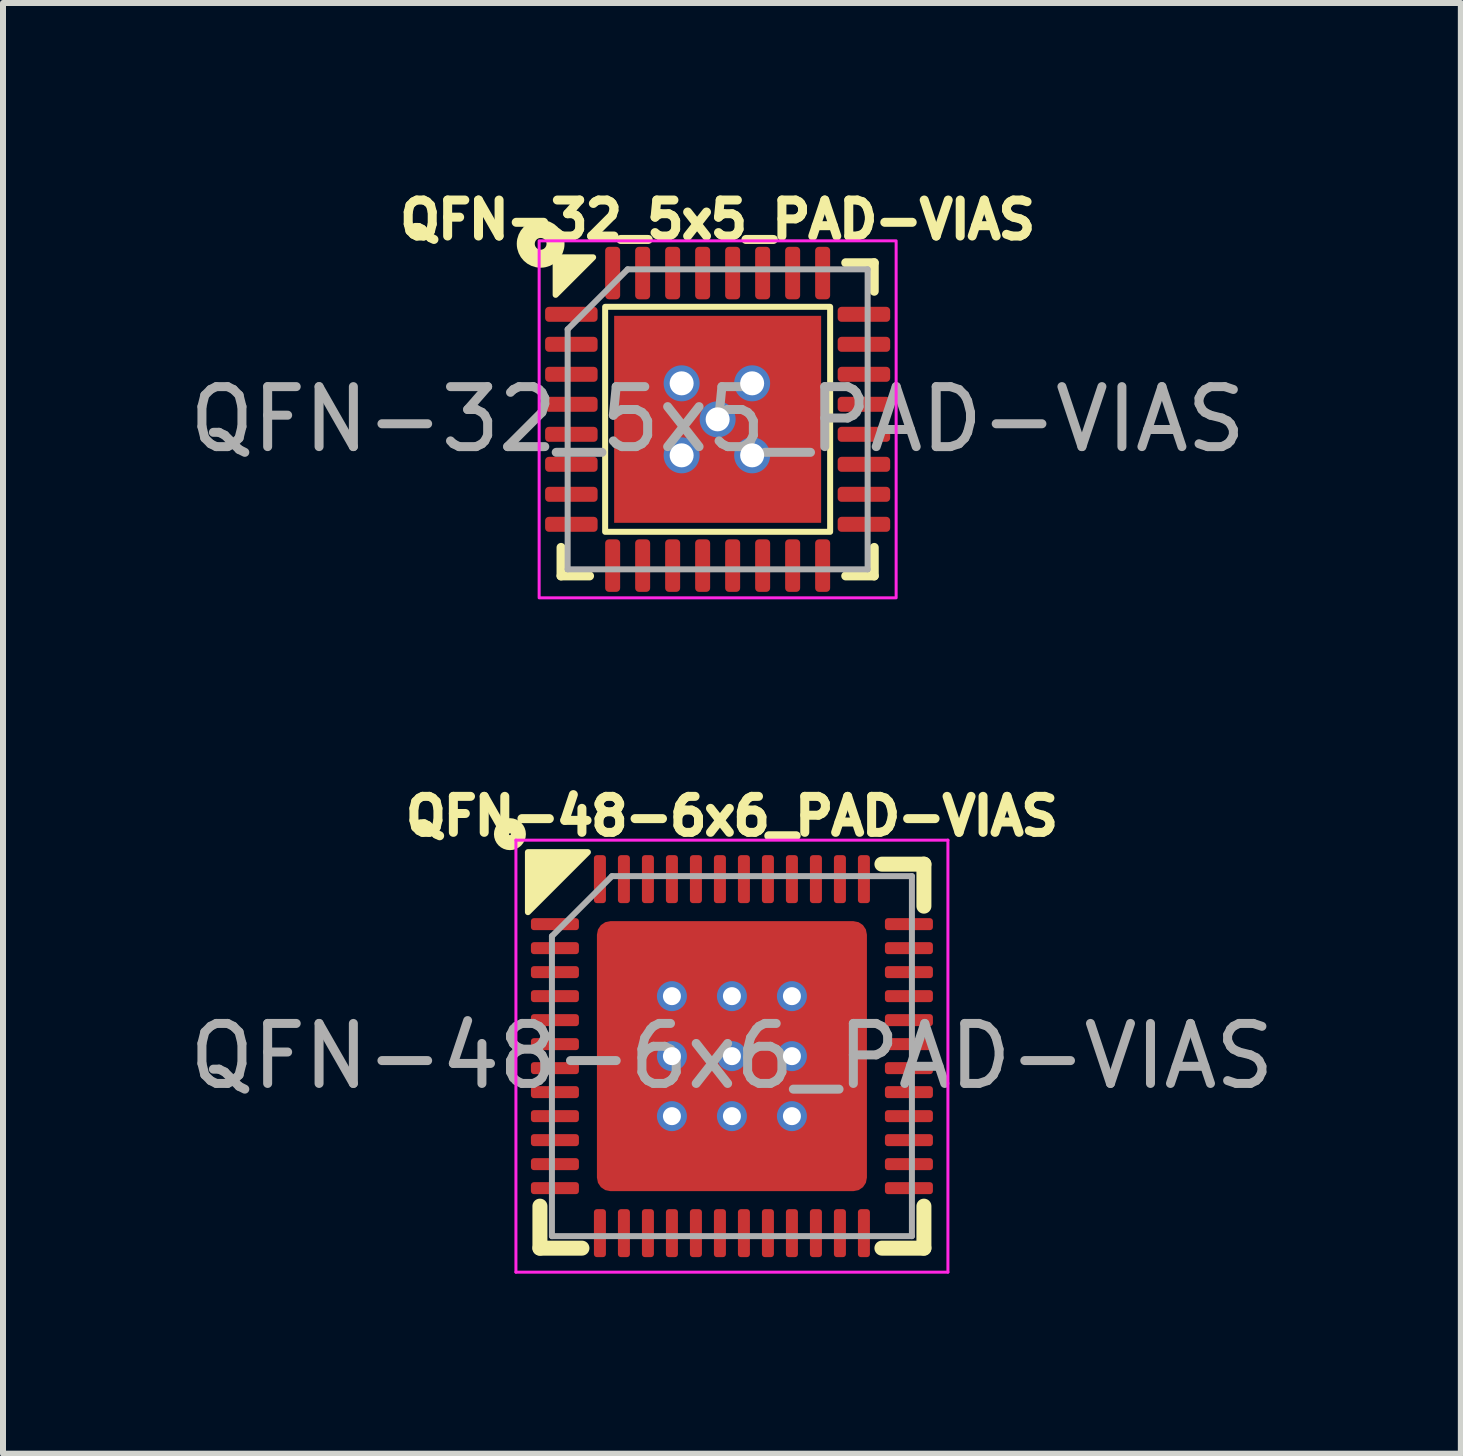
<source format=kicad_pcb>
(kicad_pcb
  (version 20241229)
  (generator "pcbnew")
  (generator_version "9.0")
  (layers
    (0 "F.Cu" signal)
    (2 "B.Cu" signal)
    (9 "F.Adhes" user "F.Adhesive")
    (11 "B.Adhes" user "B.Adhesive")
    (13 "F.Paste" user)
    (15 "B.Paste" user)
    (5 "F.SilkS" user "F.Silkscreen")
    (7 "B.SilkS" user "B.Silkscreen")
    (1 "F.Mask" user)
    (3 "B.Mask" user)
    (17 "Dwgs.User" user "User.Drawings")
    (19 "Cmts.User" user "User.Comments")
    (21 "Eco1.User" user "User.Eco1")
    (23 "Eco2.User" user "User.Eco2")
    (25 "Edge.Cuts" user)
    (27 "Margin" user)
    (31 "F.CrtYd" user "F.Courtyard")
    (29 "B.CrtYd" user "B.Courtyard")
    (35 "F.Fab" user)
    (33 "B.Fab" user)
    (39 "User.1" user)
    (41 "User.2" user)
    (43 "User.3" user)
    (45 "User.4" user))
  (footprint "QFN-32_5x5_PAD-VIAS"
    (layer "F.Cu")
    (at 8.911 3.939)
    (property "Reference" "QFN-32_5x5_PAD-VIAS" (at 0 -3.325 0) (unlocked yes) (layer "F.SilkS") (effects (font (size 0.6 0.6) (thickness 0.15) (bold yes))))
    (attr smd)
    (fp_line (start -2.61 2.61) (end -2.61 2.135) (stroke (width 0.15) (type solid)) (layer "F.SilkS"))
    (fp_line (start -2.135 2.61) (end -2.61 2.61) (stroke (width 0.15) (type solid)) (layer "F.SilkS"))
    (fp_line (start 2.135 -2.61) (end 2.61 -2.61) (stroke (width 0.15) (type solid)) (layer "F.SilkS"))
    (fp_line (start 2.135 2.61) (end 2.61 2.61) (stroke (width 0.15) (type solid)) (layer "F.SilkS"))
    (fp_line (start 2.61 -2.61) (end 2.61 -2.135) (stroke (width 0.15) (type solid)) (layer "F.SilkS"))
    (fp_line (start 2.61 2.61) (end 2.61 2.135) (stroke (width 0.15) (type solid)) (layer "F.SilkS"))
    (fp_rect (start -1.875 -1.875) (end 1.875 1.875) (stroke (width 0.1) (type default)) (fill no) (layer "F.SilkS"))
    (fp_circle (center -2.95 -2.925) (end -2.852 -2.925) (stroke (width 0.3) (type solid)) (fill no) (layer "F.SilkS"))
    (fp_poly (pts (xy -2.075 -2.7) (xy -2.7 -2.7) (xy -2.7 -2.075)) (stroke (width 0.1) (type solid)) (fill yes) (layer "F.SilkS"))
    (fp_rect (start -2.975 -2.975) (end 2.975 2.975) (stroke (width 0.05) (type default)) (fill no) (layer "F.CrtYd"))
    (fp_line (start -2.5 -1.5) (end -1.5 -2.5) (stroke (width 0.1) (type solid)) (layer "F.Fab"))
    (fp_line (start -2.5 2.5) (end -2.5 -1.5) (stroke (width 0.1) (type solid)) (layer "F.Fab"))
    (fp_line (start -1.5 -2.5) (end 2.5 -2.5) (stroke (width 0.1) (type solid)) (layer "F.Fab"))
    (fp_line (start 2.5 -2.5) (end 2.5 2.5) (stroke (width 0.1) (type solid)) (layer "F.Fab"))
    (fp_line (start 2.5 2.5) (end -2.5 2.5) (stroke (width 0.1) (type solid)) (layer "F.Fab"))
    (fp_text user "${REFERENCE}" (at 0 0 0) (unlocked yes) (layer "F.Fab") (effects (font (size 1 1) (thickness 0.15))))
    (pad "" smd roundrect (at -1.15 -1.15) (size 0.93 0.93) (layers "F.Paste") (roundrect_rratio 0.25))
    (pad "" smd roundrect (at -1.15 0) (size 0.93 0.93) (layers "F.Paste") (roundrect_rratio 0.25))
    (pad "" smd roundrect (at -1.15 1.15) (size 0.93 0.93) (layers "F.Paste") (roundrect_rratio 0.25))
    (pad "" smd roundrect (at 0 -1.15) (size 0.93 0.93) (layers "F.Paste") (roundrect_rratio 0.25))
    (pad "" smd roundrect (at 0 0) (size 0.93 0.93) (layers "F.Paste") (roundrect_rratio 0.25))
    (pad "" smd roundrect (at 0 1.15) (size 0.93 0.93) (layers "F.Paste") (roundrect_rratio 0.25))
    (pad "" smd roundrect (at 1.15 -1.15) (size 0.93 0.93) (layers "F.Paste") (roundrect_rratio 0.25))
    (pad "" smd roundrect (at 1.15 0) (size 0.93 0.93) (layers "F.Paste") (roundrect_rratio 0.25))
    (pad "" smd roundrect (at 1.15 1.15) (size 0.93 0.93) (layers "F.Paste") (roundrect_rratio 0.25))
    (pad "1" smd roundrect (at -2.438 -1.75) (size 0.875 0.25) (layers "F.Cu" "F.Mask" "F.Paste") (roundrect_rratio 0.25))
    (pad "2" smd roundrect (at -2.438 -1.25) (size 0.875 0.25) (layers "F.Cu" "F.Mask" "F.Paste") (roundrect_rratio 0.25))
    (pad "3" smd roundrect (at -2.438 -0.75) (size 0.875 0.25) (layers "F.Cu" "F.Mask" "F.Paste") (roundrect_rratio 0.25))
    (pad "4" smd roundrect (at -2.438 -0.25) (size 0.875 0.25) (layers "F.Cu" "F.Mask" "F.Paste") (roundrect_rratio 0.25))
    (pad "5" smd roundrect (at -2.438 0.25) (size 0.875 0.25) (layers "F.Cu" "F.Mask" "F.Paste") (roundrect_rratio 0.25))
    (pad "6" smd roundrect (at -2.438 0.75) (size 0.875 0.25) (layers "F.Cu" "F.Mask" "F.Paste") (roundrect_rratio 0.25))
    (pad "7" smd roundrect (at -2.438 1.25) (size 0.875 0.25) (layers "F.Cu" "F.Mask" "F.Paste") (roundrect_rratio 0.25))
    (pad "8" smd roundrect (at -2.438 1.75) (size 0.875 0.25) (layers "F.Cu" "F.Mask" "F.Paste") (roundrect_rratio 0.25))
    (pad "9" smd roundrect (at -1.75 2.438) (size 0.25 0.875) (layers "F.Cu" "F.Mask" "F.Paste") (roundrect_rratio 0.25))
    (pad "10" smd roundrect (at -1.25 2.438) (size 0.25 0.875) (layers "F.Cu" "F.Mask" "F.Paste") (roundrect_rratio 0.25))
    (pad "11" smd roundrect (at -0.75 2.438) (size 0.25 0.875) (layers "F.Cu" "F.Mask" "F.Paste") (roundrect_rratio 0.25))
    (pad "12" smd roundrect (at -0.25 2.438) (size 0.25 0.875) (layers "F.Cu" "F.Mask" "F.Paste") (roundrect_rratio 0.25))
    (pad "13" smd roundrect (at 0.25 2.438) (size 0.25 0.875) (layers "F.Cu" "F.Mask" "F.Paste") (roundrect_rratio 0.25))
    (pad "14" smd roundrect (at 0.75 2.438) (size 0.25 0.875) (layers "F.Cu" "F.Mask" "F.Paste") (roundrect_rratio 0.25))
    (pad "15" smd roundrect (at 1.25 2.438) (size 0.25 0.875) (layers "F.Cu" "F.Mask" "F.Paste") (roundrect_rratio 0.25))
    (pad "16" smd roundrect (at 1.75 2.438) (size 0.25 0.875) (layers "F.Cu" "F.Mask" "F.Paste") (roundrect_rratio 0.25))
    (pad "17" smd roundrect (at 2.438 1.75) (size 0.875 0.25) (layers "F.Cu" "F.Mask" "F.Paste") (roundrect_rratio 0.25))
    (pad "18" smd roundrect (at 2.438 1.25) (size 0.875 0.25) (layers "F.Cu" "F.Mask" "F.Paste") (roundrect_rratio 0.25))
    (pad "19" smd roundrect (at 2.438 0.75) (size 0.875 0.25) (layers "F.Cu" "F.Mask" "F.Paste") (roundrect_rratio 0.25))
    (pad "20" smd roundrect (at 2.438 0.25) (size 0.875 0.25) (layers "F.Cu" "F.Mask" "F.Paste") (roundrect_rratio 0.25))
    (pad "21" smd roundrect (at 2.438 -0.25) (size 0.875 0.25) (layers "F.Cu" "F.Mask" "F.Paste") (roundrect_rratio 0.25))
    (pad "22" smd roundrect (at 2.438 -0.75) (size 0.875 0.25) (layers "F.Cu" "F.Mask" "F.Paste") (roundrect_rratio 0.25))
    (pad "23" smd roundrect (at 2.438 -1.25) (size 0.875 0.25) (layers "F.Cu" "F.Mask" "F.Paste") (roundrect_rratio 0.25))
    (pad "24" smd roundrect (at 2.438 -1.75) (size 0.875 0.25) (layers "F.Cu" "F.Mask" "F.Paste") (roundrect_rratio 0.25))
    (pad "25" smd roundrect (at 1.75 -2.438) (size 0.25 0.875) (layers "F.Cu" "F.Mask" "F.Paste") (roundrect_rratio 0.25))
    (pad "26" smd roundrect (at 1.25 -2.438) (size 0.25 0.875) (layers "F.Cu" "F.Mask" "F.Paste") (roundrect_rratio 0.25))
    (pad "27" smd roundrect (at 0.75 -2.438) (size 0.25 0.875) (layers "F.Cu" "F.Mask" "F.Paste") (roundrect_rratio 0.25))
    (pad "28" smd roundrect (at 0.25 -2.438) (size 0.25 0.875) (layers "F.Cu" "F.Mask" "F.Paste") (roundrect_rratio 0.25))
    (pad "29" smd roundrect (at -0.25 -2.438) (size 0.25 0.875) (layers "F.Cu" "F.Mask" "F.Paste") (roundrect_rratio 0.25))
    (pad "30" smd roundrect (at -0.75 -2.438) (size 0.25 0.875) (layers "F.Cu" "F.Mask" "F.Paste") (roundrect_rratio 0.25))
    (pad "31" smd roundrect (at -1.25 -2.438) (size 0.25 0.875) (layers "F.Cu" "F.Mask" "F.Paste") (roundrect_rratio 0.25))
    (pad "32" smd roundrect (at -1.75 -2.438) (size 0.25 0.875) (layers "F.Cu" "F.Mask" "F.Paste") (roundrect_rratio 0.25))
    (pad "33" thru_hole circle (at -0.6 -0.6) (size 0.6 0.6) (drill 0.4) (layers "*.Cu"))
    (pad "33" thru_hole circle (at -0.6 0.6) (size 0.6 0.6) (drill 0.4) (layers "*.Cu"))
    (pad "33" thru_hole circle (at 0 0) (size 0.6 0.6) (drill 0.4) (layers "*.Cu"))
    (pad "33" smd rect (at 0 0) (size 3.45 3.45) (layers "F.Cu" "F.Mask"))
    (pad "33" thru_hole circle (at 0.575 -0.6) (size 0.6 0.6) (drill 0.4) (layers "*.Cu"))
    (pad "33" thru_hole circle (at 0.575 0.6) (size 0.6 0.6) (drill 0.4) (layers "*.Cu")))
  (footprint "QFN-48-6x6_PAD-VIAS"
    (layer "F.Cu")
    (at 9.149 14.553)
    (property "Reference" "QFN-48-6x6_PAD-VIAS" (at 0 -4 0) (unlocked yes) (layer "F.SilkS") (effects (font (size 0.6 0.6) (thickness 0.15) (bold yes))))
    (attr smd)
    (fp_line (start -3.2 3.2) (end -3.2 2.5) (stroke (width 0.25) (type solid)) (layer "F.SilkS"))
    (fp_line (start -2.5 3.2) (end -3.2 3.2) (stroke (width 0.25) (type solid)) (layer "F.SilkS"))
    (fp_line (start 2.5 -3.2) (end 3.2 -3.2) (stroke (width 0.25) (type solid)) (layer "F.SilkS"))
    (fp_line (start 2.5 3.2) (end 3.2 3.2) (stroke (width 0.25) (type solid)) (layer "F.SilkS"))
    (fp_line (start 3.2 -3.2) (end 3.2 -2.5) (stroke (width 0.25) (type solid)) (layer "F.SilkS"))
    (fp_line (start 3.2 3.2) (end 3.2 2.5) (stroke (width 0.25) (type solid)) (layer "F.SilkS"))
    (fp_circle (center -3.7 -3.7) (end -3.6 -3.6) (stroke (width 0.25) (type solid)) (fill no) (layer "F.SilkS"))
    (fp_poly (pts (xy -2.4 -3.4) (xy -3.4 -3.4) (xy -3.4 -2.4)) (stroke (width 0.1) (type solid)) (fill yes) (layer "F.SilkS"))
    (fp_line (start -3.6 -3.6) (end -3.6 3.6) (stroke (width 0.05) (type solid)) (layer "F.CrtYd"))
    (fp_line (start -3.6 3.6) (end 3.6 3.6) (stroke (width 0.05) (type solid)) (layer "F.CrtYd"))
    (fp_line (start 3.6 -3.6) (end -3.6 -3.6) (stroke (width 0.05) (type solid)) (layer "F.CrtYd"))
    (fp_line (start 3.6 3.6) (end 3.6 -3.6) (stroke (width 0.05) (type solid)) (layer "F.CrtYd"))
    (fp_line (start -3 -2) (end -2 -3) (stroke (width 0.1) (type solid)) (layer "F.Fab"))
    (fp_line (start -3 3) (end -3 -2) (stroke (width 0.1) (type solid)) (layer "F.Fab"))
    (fp_line (start -2 -3) (end 3 -3) (stroke (width 0.1) (type solid)) (layer "F.Fab"))
    (fp_line (start 3 -3) (end 3 3) (stroke (width 0.1) (type solid)) (layer "F.Fab"))
    (fp_line (start 3 3) (end -3 3) (stroke (width 0.1) (type solid)) (layer "F.Fab"))
    (fp_text user "${REFERENCE}" (at 0 0 0) (unlocked yes) (layer "F.Fab") (effects (font (size 1 1) (thickness 0.15))))
    (pad "" smd roundrect (at -1.2 -1.2) (size 0.967 0.967) (layers "F.Paste") (roundrect_rratio 0.25))
    (pad "" smd roundrect (at -1.2 0) (size 0.967 0.967) (layers "F.Paste") (roundrect_rratio 0.25))
    (pad "" smd roundrect (at -1.2 1.2) (size 0.967 0.967) (layers "F.Paste") (roundrect_rratio 0.25))
    (pad "" smd roundrect (at 0 -1.2) (size 0.967 0.967) (layers "F.Paste") (roundrect_rratio 0.25))
    (pad "" smd roundrect (at 0 0) (size 0.967 0.967) (layers "F.Paste") (roundrect_rratio 0.25))
    (pad "" smd roundrect (at 0 1.2) (size 0.967 0.967) (layers "F.Paste") (roundrect_rratio 0.25))
    (pad "" smd roundrect (at 1.2 -1.2) (size 0.967 0.967) (layers "F.Paste") (roundrect_rratio 0.25))
    (pad "" smd roundrect (at 1.2 0) (size 0.967 0.967) (layers "F.Paste") (roundrect_rratio 0.25))
    (pad "" smd roundrect (at 1.2 1.2) (size 0.967 0.967) (layers "F.Paste") (roundrect_rratio 0.25))
    (pad "1" smd roundrect (at -2.95 -2.2) (size 0.8 0.2) (layers "F.Cu" "F.Mask" "F.Paste") (roundrect_rratio 0.25))
    (pad "2" smd roundrect (at -2.95 -1.8) (size 0.8 0.2) (layers "F.Cu" "F.Mask" "F.Paste") (roundrect_rratio 0.25))
    (pad "3" smd roundrect (at -2.95 -1.4) (size 0.8 0.2) (layers "F.Cu" "F.Mask" "F.Paste") (roundrect_rratio 0.25))
    (pad "4" smd roundrect (at -2.95 -1) (size 0.8 0.2) (layers "F.Cu" "F.Mask" "F.Paste") (roundrect_rratio 0.25))
    (pad "5" smd roundrect (at -2.95 -0.6) (size 0.8 0.2) (layers "F.Cu" "F.Mask" "F.Paste") (roundrect_rratio 0.25))
    (pad "6" smd roundrect (at -2.95 -0.2) (size 0.8 0.2) (layers "F.Cu" "F.Mask" "F.Paste") (roundrect_rratio 0.25))
    (pad "7" smd roundrect (at -2.95 0.2) (size 0.8 0.2) (layers "F.Cu" "F.Mask" "F.Paste") (roundrect_rratio 0.25))
    (pad "8" smd roundrect (at -2.95 0.6) (size 0.8 0.2) (layers "F.Cu" "F.Mask" "F.Paste") (roundrect_rratio 0.25))
    (pad "9" smd roundrect (at -2.95 1) (size 0.8 0.2) (layers "F.Cu" "F.Mask" "F.Paste") (roundrect_rratio 0.25))
    (pad "10" smd roundrect (at -2.95 1.4) (size 0.8 0.2) (layers "F.Cu" "F.Mask" "F.Paste") (roundrect_rratio 0.25))
    (pad "11" smd roundrect (at -2.95 1.8) (size 0.8 0.2) (layers "F.Cu" "F.Mask" "F.Paste") (roundrect_rratio 0.25))
    (pad "12" smd roundrect (at -2.95 2.2) (size 0.8 0.2) (layers "F.Cu" "F.Mask" "F.Paste") (roundrect_rratio 0.25))
    (pad "13" smd roundrect (at -2.2 2.95) (size 0.2 0.8) (layers "F.Cu" "F.Mask" "F.Paste") (roundrect_rratio 0.25))
    (pad "14" smd roundrect (at -1.8 2.95) (size 0.2 0.8) (layers "F.Cu" "F.Mask" "F.Paste") (roundrect_rratio 0.25))
    (pad "15" smd roundrect (at -1.4 2.95) (size 0.2 0.8) (layers "F.Cu" "F.Mask" "F.Paste") (roundrect_rratio 0.25))
    (pad "16" smd roundrect (at -1 2.95) (size 0.2 0.8) (layers "F.Cu" "F.Mask" "F.Paste") (roundrect_rratio 0.25))
    (pad "17" smd roundrect (at -0.6 2.95) (size 0.2 0.8) (layers "F.Cu" "F.Mask" "F.Paste") (roundrect_rratio 0.25))
    (pad "18" smd roundrect (at -0.2 2.95) (size 0.2 0.8) (layers "F.Cu" "F.Mask" "F.Paste") (roundrect_rratio 0.25))
    (pad "19" smd roundrect (at 0.2 2.95) (size 0.2 0.8) (layers "F.Cu" "F.Mask" "F.Paste") (roundrect_rratio 0.25))
    (pad "20" smd roundrect (at 0.6 2.95) (size 0.2 0.8) (layers "F.Cu" "F.Mask" "F.Paste") (roundrect_rratio 0.25))
    (pad "21" smd roundrect (at 1 2.95) (size 0.2 0.8) (layers "F.Cu" "F.Mask" "F.Paste") (roundrect_rratio 0.25))
    (pad "22" smd roundrect (at 1.4 2.95) (size 0.2 0.8) (layers "F.Cu" "F.Mask" "F.Paste") (roundrect_rratio 0.25))
    (pad "23" smd roundrect (at 1.8 2.95) (size 0.2 0.8) (layers "F.Cu" "F.Mask" "F.Paste") (roundrect_rratio 0.25))
    (pad "24" smd roundrect (at 2.2 2.95) (size 0.2 0.8) (layers "F.Cu" "F.Mask" "F.Paste") (roundrect_rratio 0.25))
    (pad "25" smd roundrect (at 2.95 2.2) (size 0.8 0.2) (layers "F.Cu" "F.Mask" "F.Paste") (roundrect_rratio 0.25))
    (pad "26" smd roundrect (at 2.95 1.8) (size 0.8 0.2) (layers "F.Cu" "F.Mask" "F.Paste") (roundrect_rratio 0.25))
    (pad "27" smd roundrect (at 2.95 1.4) (size 0.8 0.2) (layers "F.Cu" "F.Mask" "F.Paste") (roundrect_rratio 0.25))
    (pad "28" smd roundrect (at 2.95 1) (size 0.8 0.2) (layers "F.Cu" "F.Mask" "F.Paste") (roundrect_rratio 0.25))
    (pad "29" smd roundrect (at 2.95 0.6) (size 0.8 0.2) (layers "F.Cu" "F.Mask" "F.Paste") (roundrect_rratio 0.25))
    (pad "30" smd roundrect (at 2.95 0.2) (size 0.8 0.2) (layers "F.Cu" "F.Mask" "F.Paste") (roundrect_rratio 0.25))
    (pad "31" smd roundrect (at 2.95 -0.2) (size 0.8 0.2) (layers "F.Cu" "F.Mask" "F.Paste") (roundrect_rratio 0.25))
    (pad "32" smd roundrect (at 2.95 -0.6) (size 0.8 0.2) (layers "F.Cu" "F.Mask" "F.Paste") (roundrect_rratio 0.25))
    (pad "33" smd roundrect (at 2.95 -1) (size 0.8 0.2) (layers "F.Cu" "F.Mask" "F.Paste") (roundrect_rratio 0.25))
    (pad "34" smd roundrect (at 2.95 -1.4) (size 0.8 0.2) (layers "F.Cu" "F.Mask" "F.Paste") (roundrect_rratio 0.25))
    (pad "35" smd roundrect (at 2.95 -1.8) (size 0.8 0.2) (layers "F.Cu" "F.Mask" "F.Paste") (roundrect_rratio 0.25))
    (pad "36" smd roundrect (at 2.95 -2.2) (size 0.8 0.2) (layers "F.Cu" "F.Mask" "F.Paste") (roundrect_rratio 0.25))
    (pad "37" smd roundrect (at 2.2 -2.95) (size 0.2 0.8) (layers "F.Cu" "F.Mask" "F.Paste") (roundrect_rratio 0.25))
    (pad "38" smd roundrect (at 1.8 -2.95) (size 0.2 0.8) (layers "F.Cu" "F.Mask" "F.Paste") (roundrect_rratio 0.25))
    (pad "39" smd roundrect (at 1.4 -2.95) (size 0.2 0.8) (layers "F.Cu" "F.Mask" "F.Paste") (roundrect_rratio 0.25))
    (pad "40" smd roundrect (at 1 -2.95) (size 0.2 0.8) (layers "F.Cu" "F.Mask" "F.Paste") (roundrect_rratio 0.25))
    (pad "41" smd roundrect (at 0.6 -2.95) (size 0.2 0.8) (layers "F.Cu" "F.Mask" "F.Paste") (roundrect_rratio 0.25))
    (pad "42" smd roundrect (at 0.2 -2.95) (size 0.2 0.8) (layers "F.Cu" "F.Mask" "F.Paste") (roundrect_rratio 0.25))
    (pad "43" smd roundrect (at -0.2 -2.95) (size 0.2 0.8) (layers "F.Cu" "F.Mask" "F.Paste") (roundrect_rratio 0.25))
    (pad "44" smd roundrect (at -0.6 -2.95) (size 0.2 0.8) (layers "F.Cu" "F.Mask" "F.Paste") (roundrect_rratio 0.25))
    (pad "45" smd roundrect (at -1 -2.95) (size 0.2 0.8) (layers "F.Cu" "F.Mask" "F.Paste") (roundrect_rratio 0.25))
    (pad "46" smd roundrect (at -1.4 -2.95) (size 0.2 0.8) (layers "F.Cu" "F.Mask" "F.Paste") (roundrect_rratio 0.25))
    (pad "47" smd roundrect (at -1.8 -2.95) (size 0.2 0.8) (layers "F.Cu" "F.Mask" "F.Paste") (roundrect_rratio 0.25))
    (pad "48" smd roundrect (at -2.2 -2.95) (size 0.2 0.8) (layers "F.Cu" "F.Mask" "F.Paste") (roundrect_rratio 0.25))
    (pad "49" thru_hole circle (at -1 -1) (size 0.5 0.5) (drill 0.3) (layers "*.Cu"))
    (pad "49" thru_hole circle (at -1 0) (size 0.5 0.5) (drill 0.3) (layers "*.Cu"))
    (pad "49" thru_hole circle (at -1 1) (size 0.5 0.5) (drill 0.3) (layers "*.Cu"))
    (pad "49" thru_hole circle (at 0 -1) (size 0.5 0.5) (drill 0.3) (layers "*.Cu"))
    (pad "49" thru_hole circle (at 0 0) (size 0.5 0.5) (drill 0.3) (layers "*.Cu"))
    (pad "49" smd roundrect (at 0 0) (size 4.5 4.5) (layers "F.Cu" "F.Mask") (roundrect_rratio 0.05))
    (pad "49" thru_hole circle (at 0 1) (size 0.5 0.5) (drill 0.3) (layers "*.Cu"))
    (pad "49" thru_hole circle (at 1 -1) (size 0.5 0.5) (drill 0.3) (layers "*.Cu"))
    (pad "49" thru_hole circle (at 1 0) (size 0.5 0.5) (drill 0.3) (layers "*.Cu"))
    (pad "49" thru_hole circle (at 1 1) (size 0.5 0.5) (drill 0.3) (layers "*.Cu")))
  (gr_rect
    (start -3 -3)
    (end 21.298 21.178)
    (stroke (width 0.1) (type default))
    (fill no)
    (layer "Edge.Cuts")))
</source>
